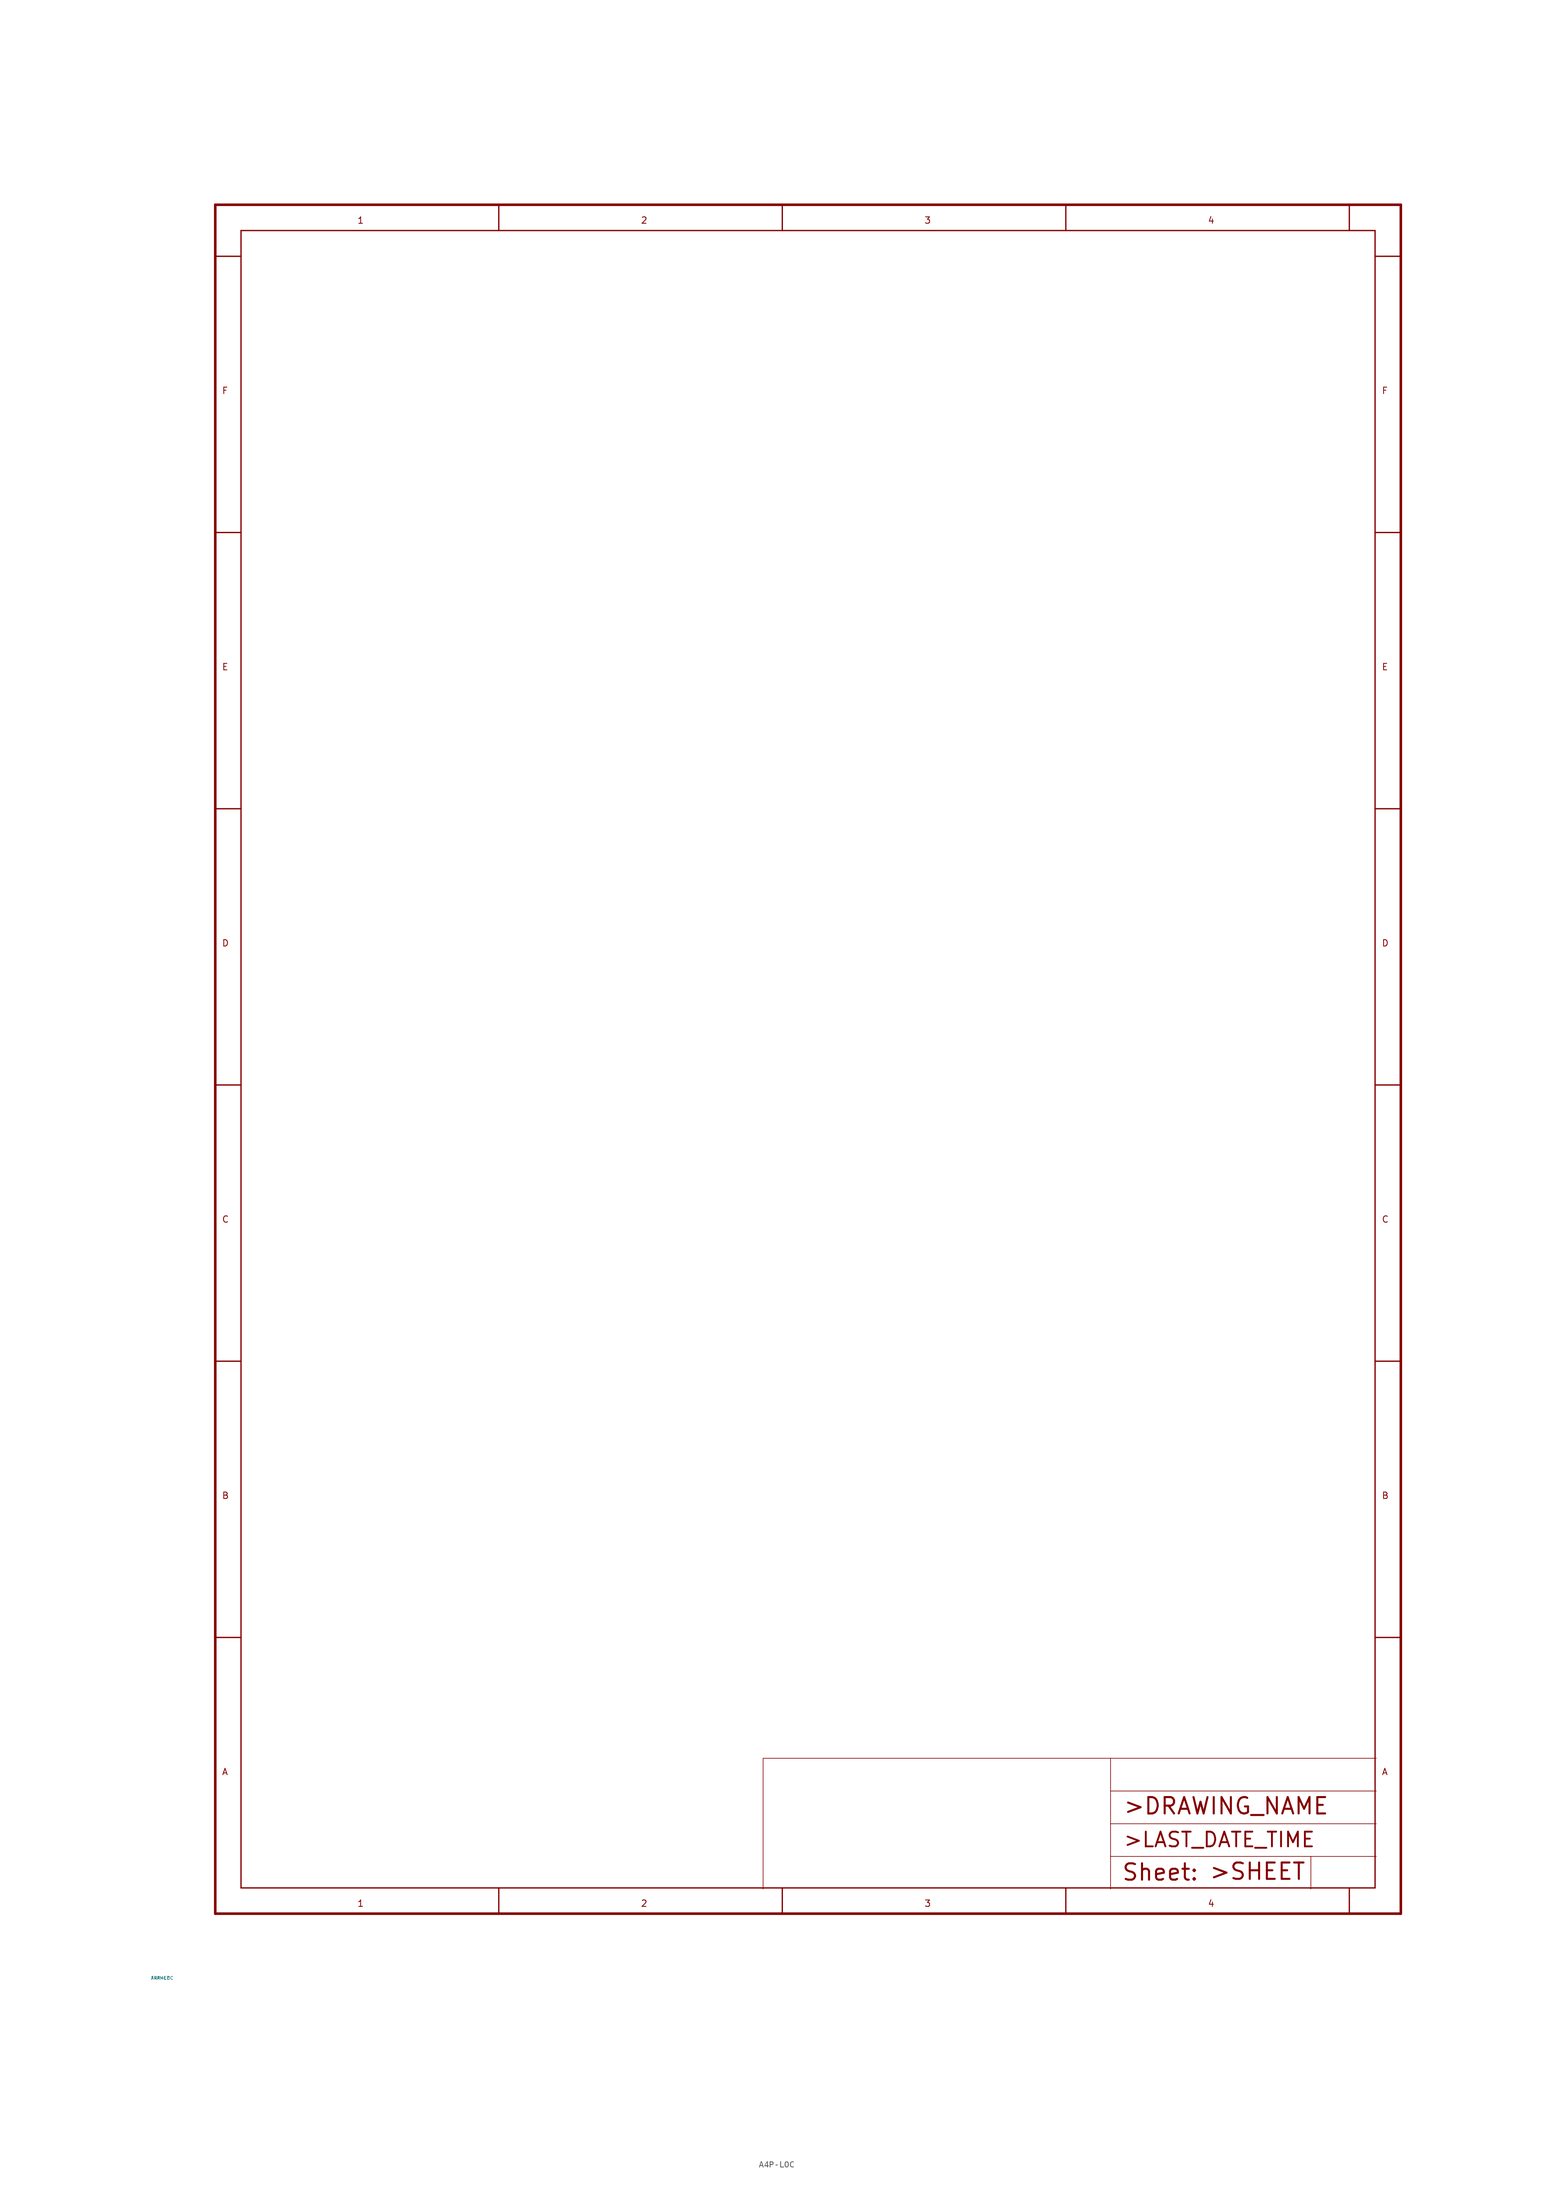
<source format=kicad_sym>
(kicad_symbol_lib
  (version 20220914)
  (generator Eagle2Kicad)
  (symbol "A4P-LOC"
    (property "Reference" "FRAME"
      (at -10 -10 0)
      (effects (font (size 0.5 0.5) (thickness 0.06)) (justify left)))
    (property "Value" "A4P-LOC"
      (at -10 -10 0)
      (effects (font (size 0.5 0.5) (thickness 0.06)) (justify left)))
    (polyline
      (pts (xy 85.09 3.81) (xy 85.09 24.13))
      (stroke (width 0.102) (type default))
      (fill (type none)))
    (polyline
      (pts (xy 85.09 24.13) (xy 139.065 24.13))
      (stroke (width 0.102) (type default))
      (fill (type none)))
    (polyline
      (pts (xy 139.065 24.13) (xy 180.34 24.13))
      (stroke (width 0.102) (type default))
      (fill (type none)))
    (polyline
      (pts (xy 170.18 3.81) (xy 170.18 8.89))
      (stroke (width 0.102) (type default))
      (fill (type none)))
    (polyline
      (pts (xy 170.18 8.89) (xy 180.34 8.89))
      (stroke (width 0.102) (type default))
      (fill (type none)))
    (polyline
      (pts (xy 170.18 8.89) (xy 139.065 8.89))
      (stroke (width 0.102) (type default))
      (fill (type none)))
    (polyline
      (pts (xy 139.065 8.89) (xy 139.065 3.81))
      (stroke (width 0.102) (type default))
      (fill (type none)))
    (polyline
      (pts (xy 139.065 8.89) (xy 139.065 13.97))
      (stroke (width 0.102) (type default))
      (fill (type none)))
    (polyline
      (pts (xy 139.065 13.97) (xy 180.34 13.97))
      (stroke (width 0.102) (type default))
      (fill (type none)))
    (polyline
      (pts (xy 139.065 13.97) (xy 139.065 19.05))
      (stroke (width 0.102) (type default))
      (fill (type none)))
    (polyline
      (pts (xy 139.065 19.05) (xy 180.34 19.05))
      (stroke (width 0.102) (type default))
      (fill (type none)))
    (polyline
      (pts (xy 139.065 19.05) (xy 139.065 24.13))
      (stroke (width 0.102) (type default))
      (fill (type none)))
    (text ">DRAWING_NAME"
      (at 140.97 15.24 0)
      (effects (font (size 2.54 2.54) (thickness 0.32)) (justify left bottom)))
    (text ">LAST_DATE_TIME"
      (at 140.97 10.16 0)
      (effects (font (size 2.286 2.286) (thickness 0.29)) (justify left bottom)))
    (text ">SHEET"
      (at 154.305 5.08 0)
      (effects (font (size 2.54 2.54) (thickness 0.32)) (justify left bottom)))
    (text "Sheet:"
      (at 140.716 4.953 0)
      (effects (font (size 2.54 2.54) (thickness 0.32)) (justify left bottom)))
    (polyline
      (pts (xy 0 0) (xy 184.15 0))
      (stroke (width 0.4) (type default))
      (fill (type none)))
    (polyline
      (pts (xy 0 265.43) (xy 184.15 265.43))
      (stroke (width 0.4) (type default))
      (fill (type none)))
    (polyline
      (pts (xy 0 0) (xy 0 265.43))
      (stroke (width 0.4) (type default))
      (fill (type none)))
    (polyline
      (pts (xy 184.15 0) (xy 184.15 265.43))
      (stroke (width 0.4) (type default))
      (fill (type none)))
    (polyline
      (pts (xy 4 4) (xy 180.15 4))
      (stroke (width 0.2) (type default))
      (fill (type none)))
    (polyline
      (pts (xy 44.038 0) (xy 44.038 4))
      (stroke (width 0.2) (type default))
      (fill (type none)))
    (text "1"
      (at 22.019 1 0)
      (effects (font (size 1 1) (thickness 0.13)) (justify left bottom)))
    (polyline
      (pts (xy 88.075 0) (xy 88.075 4))
      (stroke (width 0.2) (type default))
      (fill (type none)))
    (text "2"
      (at 66.056 1 0)
      (effects (font (size 1 1) (thickness 0.13)) (justify left bottom)))
    (polyline
      (pts (xy 132.113 0) (xy 132.113 4))
      (stroke (width 0.2) (type default))
      (fill (type none)))
    (text "3"
      (at 110.094 1 0)
      (effects (font (size 1 1) (thickness 0.13)) (justify left bottom)))
    (polyline
      (pts (xy 176.15 0) (xy 176.15 4))
      (stroke (width 0.2) (type default))
      (fill (type none)))
    (text "4"
      (at 154.131 1 0)
      (effects (font (size 1 1) (thickness 0.13)) (justify left bottom)))
    (polyline
      (pts (xy 4 261.43) (xy 180.15 261.43))
      (stroke (width 0.2) (type default))
      (fill (type none)))
    (polyline
      (pts (xy 44.038 261.43) (xy 44.038 265.43))
      (stroke (width 0.2) (type default))
      (fill (type none)))
    (text "1"
      (at 22.019 262.43 0)
      (effects (font (size 1 1) (thickness 0.13)) (justify left bottom)))
    (polyline
      (pts (xy 88.075 261.43) (xy 88.075 265.43))
      (stroke (width 0.2) (type default))
      (fill (type none)))
    (text "2"
      (at 66.056 262.43 0)
      (effects (font (size 1 1) (thickness 0.13)) (justify left bottom)))
    (polyline
      (pts (xy 132.113 261.43) (xy 132.113 265.43))
      (stroke (width 0.2) (type default))
      (fill (type none)))
    (text "3"
      (at 110.094 262.43 0)
      (effects (font (size 1 1) (thickness 0.13)) (justify left bottom)))
    (polyline
      (pts (xy 176.15 261.43) (xy 176.15 265.43))
      (stroke (width 0.2) (type default))
      (fill (type none)))
    (text "4"
      (at 154.131 262.43 0)
      (effects (font (size 1 1) (thickness 0.13)) (justify left bottom)))
    (polyline
      (pts (xy 4 4) (xy 4 261.43))
      (stroke (width 0.2) (type default))
      (fill (type none)))
    (polyline
      (pts (xy 0 42.905) (xy 4 42.905))
      (stroke (width 0.2) (type default))
      (fill (type none)))
    (text "A"
      (at 1 21.453 0)
      (effects (font (size 1 1) (thickness 0.13)) (justify left bottom)))
    (polyline
      (pts (xy 0 85.81) (xy 4 85.81))
      (stroke (width 0.2) (type default))
      (fill (type none)))
    (text "B"
      (at 1 64.358 0)
      (effects (font (size 1 1) (thickness 0.13)) (justify left bottom)))
    (polyline
      (pts (xy 0 128.715) (xy 4 128.715))
      (stroke (width 0.2) (type default))
      (fill (type none)))
    (text "C"
      (at 1 107.263 0)
      (effects (font (size 1 1) (thickness 0.13)) (justify left bottom)))
    (polyline
      (pts (xy 0 171.62) (xy 4 171.62))
      (stroke (width 0.2) (type default))
      (fill (type none)))
    (text "D"
      (at 1 150.167 0)
      (effects (font (size 1 1) (thickness 0.13)) (justify left bottom)))
    (polyline
      (pts (xy 0 214.525) (xy 4 214.525))
      (stroke (width 0.2) (type default))
      (fill (type none)))
    (text "E"
      (at 1 193.072 0)
      (effects (font (size 1 1) (thickness 0.13)) (justify left bottom)))
    (polyline
      (pts (xy 0 257.43) (xy 4 257.43))
      (stroke (width 0.2) (type default))
      (fill (type none)))
    (text "F"
      (at 1 235.977 0)
      (effects (font (size 1 1) (thickness 0.13)) (justify left bottom)))
    (polyline
      (pts (xy 180.15 4) (xy 180.15 261.43))
      (stroke (width 0.2) (type default))
      (fill (type none)))
    (polyline
      (pts (xy 180.15 42.905) (xy 184.15 42.905))
      (stroke (width 0.2) (type default))
      (fill (type none)))
    (text "A"
      (at 181.15 21.453 0)
      (effects (font (size 1 1) (thickness 0.13)) (justify left bottom)))
    (polyline
      (pts (xy 180.15 85.81) (xy 184.15 85.81))
      (stroke (width 0.2) (type default))
      (fill (type none)))
    (text "B"
      (at 181.15 64.358 0)
      (effects (font (size 1 1) (thickness 0.13)) (justify left bottom)))
    (polyline
      (pts (xy 180.15 128.715) (xy 184.15 128.715))
      (stroke (width 0.2) (type default))
      (fill (type none)))
    (text "C"
      (at 181.15 107.263 0)
      (effects (font (size 1 1) (thickness 0.13)) (justify left bottom)))
    (polyline
      (pts (xy 180.15 171.62) (xy 184.15 171.62))
      (stroke (width 0.2) (type default))
      (fill (type none)))
    (text "D"
      (at 181.15 150.167 0)
      (effects (font (size 1 1) (thickness 0.13)) (justify left bottom)))
    (polyline
      (pts (xy 180.15 214.525) (xy 184.15 214.525))
      (stroke (width 0.2) (type default))
      (fill (type none)))
    (text "E"
      (at 181.15 193.072 0)
      (effects (font (size 1 1) (thickness 0.13)) (justify left bottom)))
    (polyline
      (pts (xy 180.15 257.43) (xy 184.15 257.43))
      (stroke (width 0.2) (type default))
      (fill (type none)))
    (text "F"
      (at 181.15 235.977 0)
      (effects (font (size 1 1) (thickness 0.13)) (justify left bottom)))))
</source>
